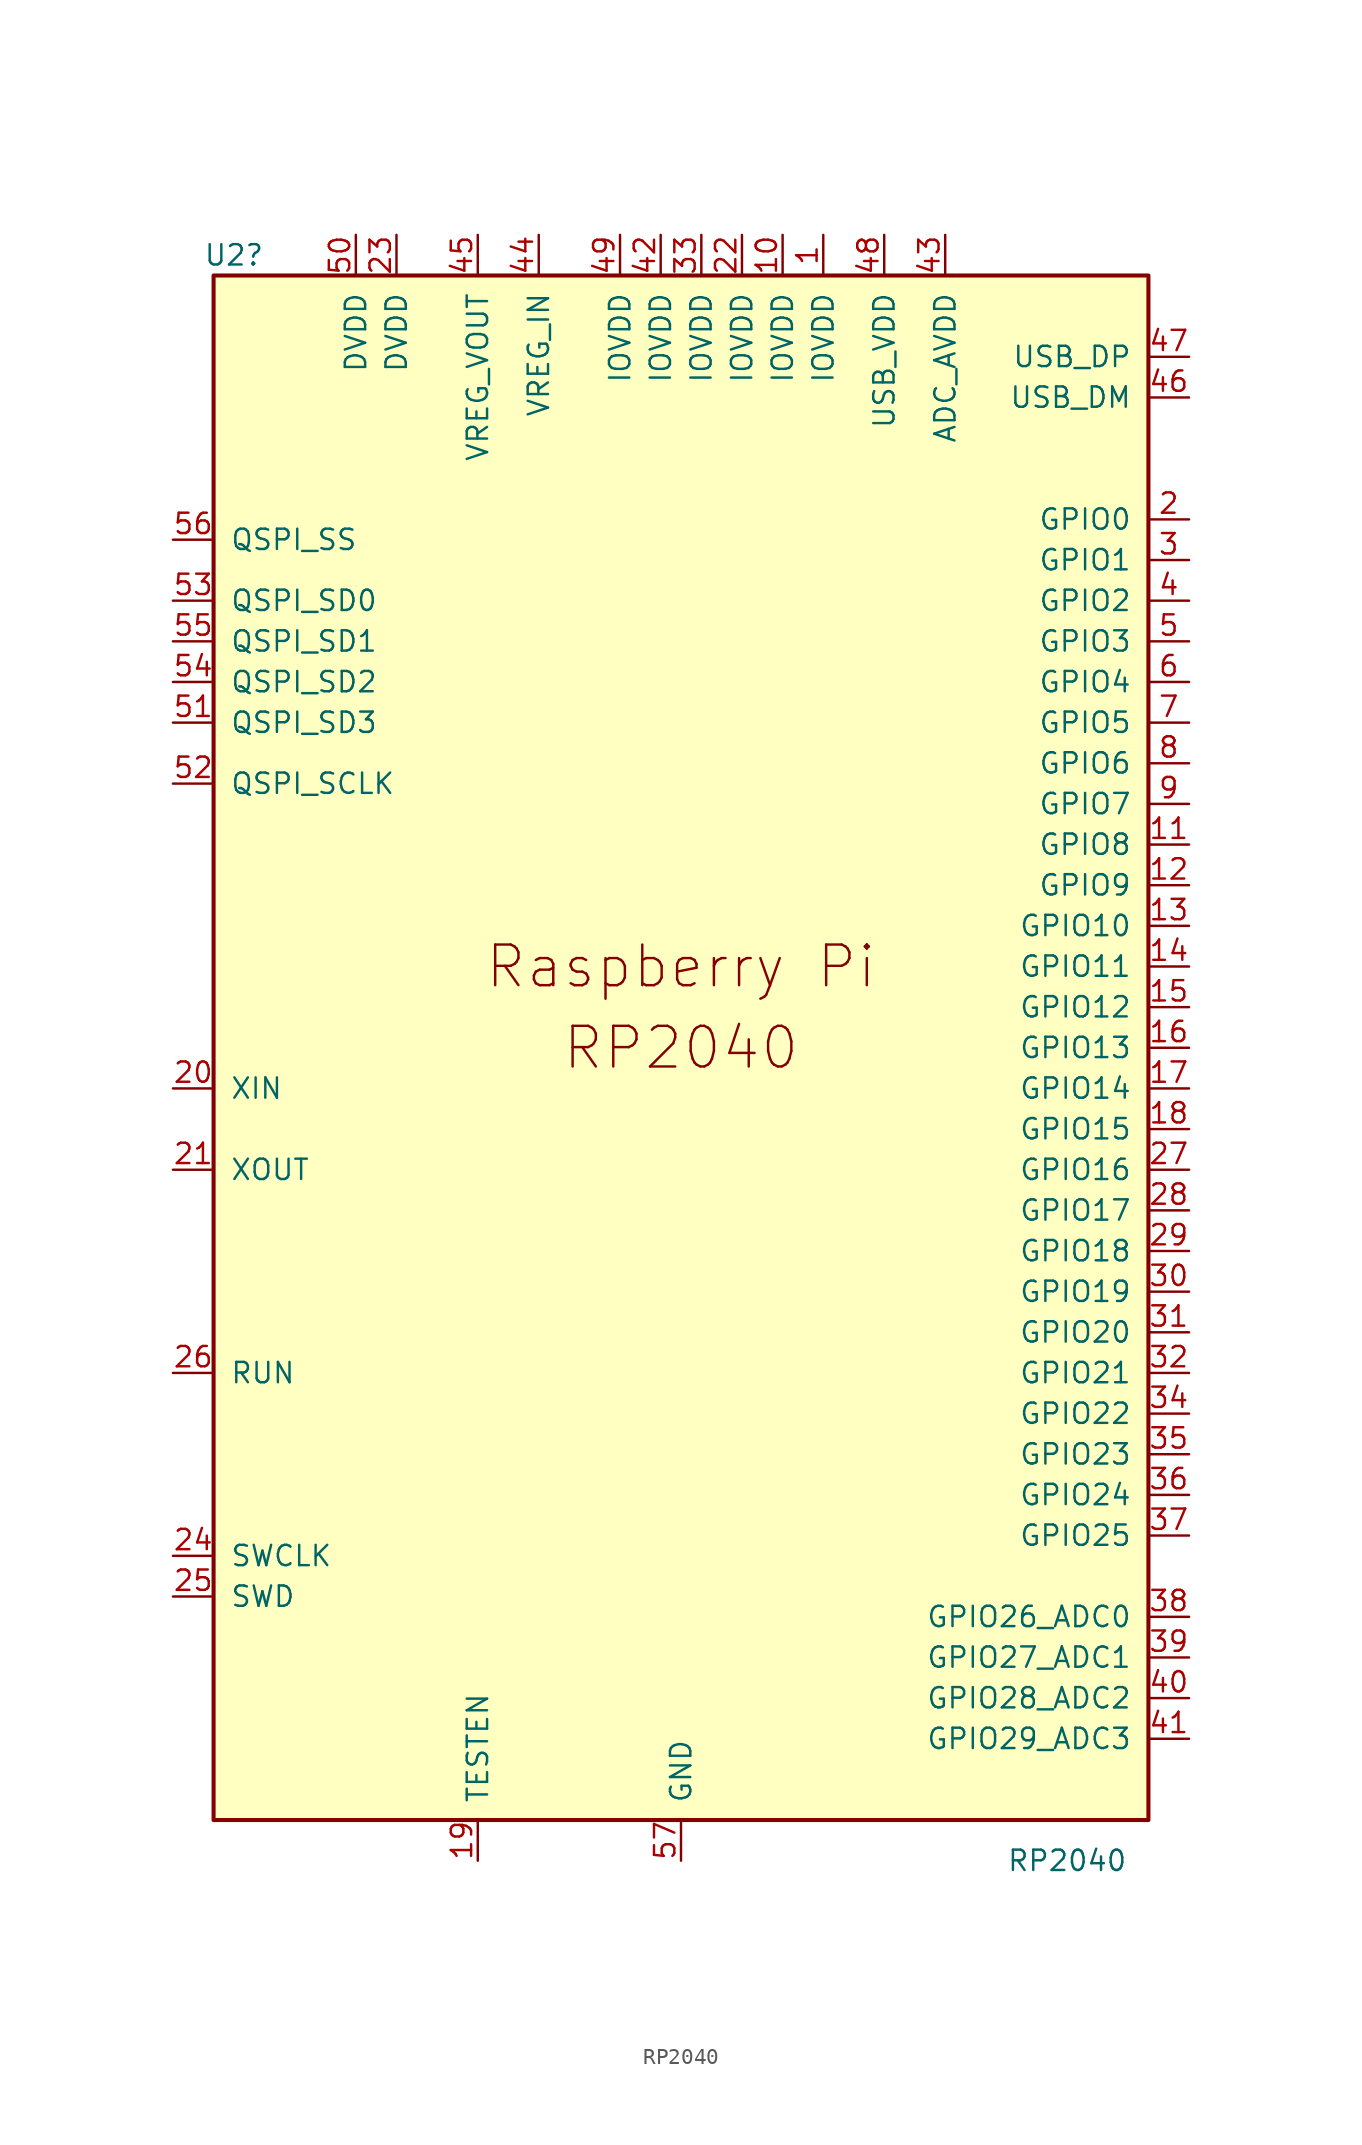
<source format=kicad_sym>
(kicad_symbol_lib
  (version 20231120)
  (generator "kicad_symbol_editor")
  (generator_version "8.0")
  (symbol "RP2040"
    (pin_names
      (offset 1.016))
    (property "Reference" "U2"
      (at -27.94 49.53 0)
      (effects (font (size 1.27 1.27))))
    (property "Value" "RP2040"
      (at 24.13 -50.8 0)
      (effects (font (size 1.27 1.27))))
    (symbol "RP2040_0_0"
      (text "Raspberry Pi" (at 0 5.08 0) (effects (font (size 2.54 2.54))))
      (text "RP2040" (at 0 0 0) (effects (font (size 2.54 2.54)))))
    (symbol "RP2040_0_1"
      (rectangle (start 29.21 48.26) (end -29.21 -48.26) (stroke (width 0.254) (type default)) (fill (type background))))
    (symbol "RP2040_1_1"
      (pin power_in line (at 8.89 50.8 270) (length 2.54) (name "IOVDD" (effects (font (size 1.27 1.27)))) (number "1" (effects (font (size 1.27 1.27)))))
      (pin power_in line (at 6.35 50.8 270) (length 2.54) (name "IOVDD" (effects (font (size 1.27 1.27)))) (number "10" (effects (font (size 1.27 1.27)))))
      (pin bidirectional line (at 31.75 12.7 180) (length 2.54) (name "GPIO8" (effects (font (size 1.27 1.27)))) (number "11" (effects (font (size 1.27 1.27)))))
      (pin bidirectional line (at 31.75 10.16 180) (length 2.54) (name "GPIO9" (effects (font (size 1.27 1.27)))) (number "12" (effects (font (size 1.27 1.27)))))
      (pin bidirectional line (at 31.75 7.62 180) (length 2.54) (name "GPIO10" (effects (font (size 1.27 1.27)))) (number "13" (effects (font (size 1.27 1.27)))))
      (pin bidirectional line (at 31.75 5.08 180) (length 2.54) (name "GPIO11" (effects (font (size 1.27 1.27)))) (number "14" (effects (font (size 1.27 1.27)))))
      (pin bidirectional line (at 31.75 2.54 180) (length 2.54) (name "GPIO12" (effects (font (size 1.27 1.27)))) (number "15" (effects (font (size 1.27 1.27)))))
      (pin bidirectional line (at 31.75 0 180) (length 2.54) (name "GPIO13" (effects (font (size 1.27 1.27)))) (number "16" (effects (font (size 1.27 1.27)))))
      (pin bidirectional line (at 31.75 -2.54 180) (length 2.54) (name "GPIO14" (effects (font (size 1.27 1.27)))) (number "17" (effects (font (size 1.27 1.27)))))
      (pin bidirectional line (at 31.75 -5.08 180) (length 2.54) (name "GPIO15" (effects (font (size 1.27 1.27)))) (number "18" (effects (font (size 1.27 1.27)))))
      (pin passive line (at -12.7 -50.8 90) (length 2.54) (name "TESTEN" (effects (font (size 1.27 1.27)))) (number "19" (effects (font (size 1.27 1.27)))))
      (pin bidirectional line (at 31.75 33.02 180) (length 2.54) (name "GPIO0" (effects (font (size 1.27 1.27)))) (number "2" (effects (font (size 1.27 1.27)))))
      (pin input line (at -31.75 -2.54 0) (length 2.54) (name "XIN" (effects (font (size 1.27 1.27)))) (number "20" (effects (font (size 1.27 1.27)))))
      (pin passive line (at -31.75 -7.62 0) (length 2.54) (name "XOUT" (effects (font (size 1.27 1.27)))) (number "21" (effects (font (size 1.27 1.27)))))
      (pin power_in line (at 3.81 50.8 270) (length 2.54) (name "IOVDD" (effects (font (size 1.27 1.27)))) (number "22" (effects (font (size 1.27 1.27)))))
      (pin power_in line (at -17.78 50.8 270) (length 2.54) (name "DVDD" (effects (font (size 1.27 1.27)))) (number "23" (effects (font (size 1.27 1.27)))))
      (pin output line (at -31.75 -31.75 0) (length 2.54) (name "SWCLK" (effects (font (size 1.27 1.27)))) (number "24" (effects (font (size 1.27 1.27)))))
      (pin bidirectional line (at -31.75 -34.29 0) (length 2.54) (name "SWD" (effects (font (size 1.27 1.27)))) (number "25" (effects (font (size 1.27 1.27)))))
      (pin input line (at -31.75 -20.32 0) (length 2.54) (name "RUN" (effects (font (size 1.27 1.27)))) (number "26" (effects (font (size 1.27 1.27)))))
      (pin bidirectional line (at 31.75 -7.62 180) (length 2.54) (name "GPIO16" (effects (font (size 1.27 1.27)))) (number "27" (effects (font (size 1.27 1.27)))))
      (pin bidirectional line (at 31.75 -10.16 180) (length 2.54) (name "GPIO17" (effects (font (size 1.27 1.27)))) (number "28" (effects (font (size 1.27 1.27)))))
      (pin bidirectional line (at 31.75 -12.7 180) (length 2.54) (name "GPIO18" (effects (font (size 1.27 1.27)))) (number "29" (effects (font (size 1.27 1.27)))))
      (pin bidirectional line (at 31.75 30.48 180) (length 2.54) (name "GPIO1" (effects (font (size 1.27 1.27)))) (number "3" (effects (font (size 1.27 1.27)))))
      (pin bidirectional line (at 31.75 -15.24 180) (length 2.54) (name "GPIO19" (effects (font (size 1.27 1.27)))) (number "30" (effects (font (size 1.27 1.27)))))
      (pin bidirectional line (at 31.75 -17.78 180) (length 2.54) (name "GPIO20" (effects (font (size 1.27 1.27)))) (number "31" (effects (font (size 1.27 1.27)))))
      (pin bidirectional line (at 31.75 -20.32 180) (length 2.54) (name "GPIO21" (effects (font (size 1.27 1.27)))) (number "32" (effects (font (size 1.27 1.27)))))
      (pin power_in line (at 1.27 50.8 270) (length 2.54) (name "IOVDD" (effects (font (size 1.27 1.27)))) (number "33" (effects (font (size 1.27 1.27)))))
      (pin bidirectional line (at 31.75 -22.86 180) (length 2.54) (name "GPIO22" (effects (font (size 1.27 1.27)))) (number "34" (effects (font (size 1.27 1.27)))))
      (pin bidirectional line (at 31.75 -25.4 180) (length 2.54) (name "GPIO23" (effects (font (size 1.27 1.27)))) (number "35" (effects (font (size 1.27 1.27)))))
      (pin bidirectional line (at 31.75 -27.94 180) (length 2.54) (name "GPIO24" (effects (font (size 1.27 1.27)))) (number "36" (effects (font (size 1.27 1.27)))))
      (pin bidirectional line (at 31.75 -30.48 180) (length 2.54) (name "GPIO25" (effects (font (size 1.27 1.27)))) (number "37" (effects (font (size 1.27 1.27)))))
      (pin bidirectional line (at 31.75 -35.56 180) (length 2.54) (name "GPIO26_ADC0" (effects (font (size 1.27 1.27)))) (number "38" (effects (font (size 1.27 1.27)))))
      (pin bidirectional line (at 31.75 -38.1 180) (length 2.54) (name "GPIO27_ADC1" (effects (font (size 1.27 1.27)))) (number "39" (effects (font (size 1.27 1.27)))))
      (pin bidirectional line (at 31.75 27.94 180) (length 2.54) (name "GPIO2" (effects (font (size 1.27 1.27)))) (number "4" (effects (font (size 1.27 1.27)))))
      (pin bidirectional line (at 31.75 -40.64 180) (length 2.54) (name "GPIO28_ADC2" (effects (font (size 1.27 1.27)))) (number "40" (effects (font (size 1.27 1.27)))))
      (pin bidirectional line (at 31.75 -43.18 180) (length 2.54) (name "GPIO29_ADC3" (effects (font (size 1.27 1.27)))) (number "41" (effects (font (size 1.27 1.27)))))
      (pin power_in line (at -1.27 50.8 270) (length 2.54) (name "IOVDD" (effects (font (size 1.27 1.27)))) (number "42" (effects (font (size 1.27 1.27)))))
      (pin power_in line (at 16.51 50.8 270) (length 2.54) (name "ADC_AVDD" (effects (font (size 1.27 1.27)))) (number "43" (effects (font (size 1.27 1.27)))))
      (pin power_in line (at -8.89 50.8 270) (length 2.54) (name "VREG_IN" (effects (font (size 1.27 1.27)))) (number "44" (effects (font (size 1.27 1.27)))))
      (pin power_out line (at -12.7 50.8 270) (length 2.54) (name "VREG_VOUT" (effects (font (size 1.27 1.27)))) (number "45" (effects (font (size 1.27 1.27)))))
      (pin bidirectional line (at 31.75 40.64 180) (length 2.54) (name "USB_DM" (effects (font (size 1.27 1.27)))) (number "46" (effects (font (size 1.27 1.27)))))
      (pin bidirectional line (at 31.75 43.18 180) (length 2.54) (name "USB_DP" (effects (font (size 1.27 1.27)))) (number "47" (effects (font (size 1.27 1.27)))))
      (pin power_in line (at 12.7 50.8 270) (length 2.54) (name "USB_VDD" (effects (font (size 1.27 1.27)))) (number "48" (effects (font (size 1.27 1.27)))))
      (pin power_in line (at -3.81 50.8 270) (length 2.54) (name "IOVDD" (effects (font (size 1.27 1.27)))) (number "49" (effects (font (size 1.27 1.27)))))
      (pin bidirectional line (at 31.75 25.4 180) (length 2.54) (name "GPIO3" (effects (font (size 1.27 1.27)))) (number "5" (effects (font (size 1.27 1.27)))))
      (pin power_in line (at -20.32 50.8 270) (length 2.54) (name "DVDD" (effects (font (size 1.27 1.27)))) (number "50" (effects (font (size 1.27 1.27)))))
      (pin bidirectional line (at -31.75 20.32 0) (length 2.54) (name "QSPI_SD3" (effects (font (size 1.27 1.27)))) (number "51" (effects (font (size 1.27 1.27)))))
      (pin output line (at -31.75 16.51 0) (length 2.54) (name "QSPI_SCLK" (effects (font (size 1.27 1.27)))) (number "52" (effects (font (size 1.27 1.27)))))
      (pin bidirectional line (at -31.75 27.94 0) (length 2.54) (name "QSPI_SD0" (effects (font (size 1.27 1.27)))) (number "53" (effects (font (size 1.27 1.27)))))
      (pin bidirectional line (at -31.75 22.86 0) (length 2.54) (name "QSPI_SD2" (effects (font (size 1.27 1.27)))) (number "54" (effects (font (size 1.27 1.27)))))
      (pin bidirectional line (at -31.75 25.4 0) (length 2.54) (name "QSPI_SD1" (effects (font (size 1.27 1.27)))) (number "55" (effects (font (size 1.27 1.27)))))
      (pin bidirectional line (at -31.75 31.75 0) (length 2.54) (name "QSPI_SS" (effects (font (size 1.27 1.27)))) (number "56" (effects (font (size 1.27 1.27)))))
      (pin power_in line (at 0 -50.8 90) (length 2.54) (name "GND" (effects (font (size 1.27 1.27)))) (number "57" (effects (font (size 1.27 1.27)))))
      (pin bidirectional line (at 31.75 22.86 180) (length 2.54) (name "GPIO4" (effects (font (size 1.27 1.27)))) (number "6" (effects (font (size 1.27 1.27)))))
      (pin bidirectional line (at 31.75 20.32 180) (length 2.54) (name "GPIO5" (effects (font (size 1.27 1.27)))) (number "7" (effects (font (size 1.27 1.27)))))
      (pin bidirectional line (at 31.75 17.78 180) (length 2.54) (name "GPIO6" (effects (font (size 1.27 1.27)))) (number "8" (effects (font (size 1.27 1.27)))))
      (pin bidirectional line (at 31.75 15.24 180) (length 2.54) (name "GPIO7" (effects (font (size 1.27 1.27)))) (number "9" (effects (font (size 1.27 1.27))))))))
</source>
